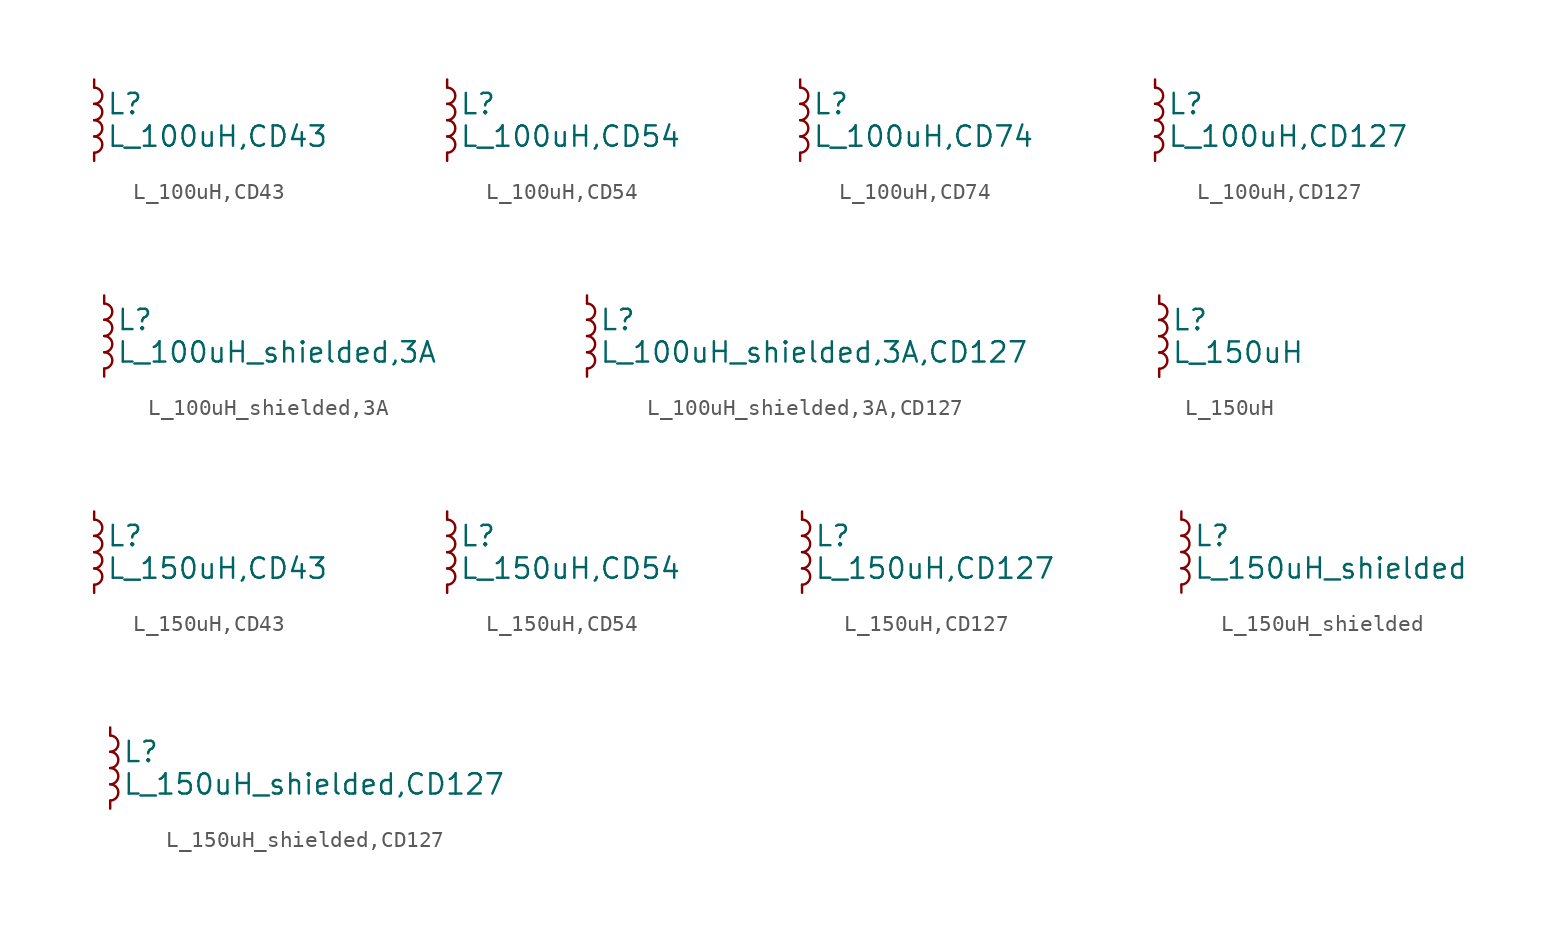
<source format=kicad_sym>
(kicad_symbol_lib
  (version 20211014)
  (generator kicad_symbol_editor)
  (symbol "L_100uH,CD43"
    (pin_numbers hide)
    (pin_names
      (offset 0.254) hide)
    (property "Reference" "L"
      (at 0.762 1.016 0)
      (effects (font (size 1.27 1.27)) (justify left)))
    (property "Value" "L_100uH,CD43"
      (at 0.762 -1.016 0)
      (effects (font (size 1.27 1.27)) (justify left)))
    (symbol "L_100uH,CD43_0_1"
      (arc (start 0 -2.032) (mid 0.508 -1.524) (end 0 -1.016) (stroke (width 0) (type default) (color 0 0 0 0)) (fill (type none)))
      (arc (start 0 -1.016) (mid 0.508 -0.508) (end 0 0) (stroke (width 0) (type default) (color 0 0 0 0)) (fill (type none)))
      (arc (start 0 0) (mid 0.508 0.508) (end 0 1.016) (stroke (width 0) (type default) (color 0 0 0 0)) (fill (type none)))
      (arc (start 0 1.016) (mid 0.508 1.524) (end 0 2.032) (stroke (width 0) (type default) (color 0 0 0 0)) (fill (type none))))
    (symbol "L_100uH,CD43_1_1"
      (pin passive line (at 0 2.54 270) (length 0.508) (name "~" (effects (font (size 1.27 1.27)))) (number "1" (effects (font (size 1.27 1.27)))))
      (pin passive line (at 0 -2.54 90) (length 0.508) (name "~" (effects (font (size 1.27 1.27)))) (number "2" (effects (font (size 1.27 1.27)))))))
  (symbol "L_100uH,CD54"
    (pin_numbers hide)
    (pin_names
      (offset 0.254) hide)
    (property "Reference" "L"
      (at 0.762 1.016 0)
      (effects (font (size 1.27 1.27)) (justify left)))
    (property "Value" "L_100uH,CD54"
      (at 0.762 -1.016 0)
      (effects (font (size 1.27 1.27)) (justify left)))
    (symbol "L_100uH,CD54_0_1"
      (arc (start 0 -2.032) (mid 0.508 -1.524) (end 0 -1.016) (stroke (width 0) (type default) (color 0 0 0 0)) (fill (type none)))
      (arc (start 0 -1.016) (mid 0.508 -0.508) (end 0 0) (stroke (width 0) (type default) (color 0 0 0 0)) (fill (type none)))
      (arc (start 0 0) (mid 0.508 0.508) (end 0 1.016) (stroke (width 0) (type default) (color 0 0 0 0)) (fill (type none)))
      (arc (start 0 1.016) (mid 0.508 1.524) (end 0 2.032) (stroke (width 0) (type default) (color 0 0 0 0)) (fill (type none))))
    (symbol "L_100uH,CD54_1_1"
      (pin passive line (at 0 2.54 270) (length 0.508) (name "~" (effects (font (size 1.27 1.27)))) (number "1" (effects (font (size 1.27 1.27)))))
      (pin passive line (at 0 -2.54 90) (length 0.508) (name "~" (effects (font (size 1.27 1.27)))) (number "2" (effects (font (size 1.27 1.27)))))))
  (symbol "L_100uH,CD74"
    (pin_numbers hide)
    (pin_names
      (offset 0.254) hide)
    (property "Reference" "L"
      (at 0.762 1.016 0)
      (effects (font (size 1.27 1.27)) (justify left)))
    (property "Value" "L_100uH,CD74"
      (at 0.762 -1.016 0)
      (effects (font (size 1.27 1.27)) (justify left)))
    (symbol "L_100uH,CD74_0_1"
      (arc (start 0 -2.032) (mid 0.508 -1.524) (end 0 -1.016) (stroke (width 0) (type default) (color 0 0 0 0)) (fill (type none)))
      (arc (start 0 -1.016) (mid 0.508 -0.508) (end 0 0) (stroke (width 0) (type default) (color 0 0 0 0)) (fill (type none)))
      (arc (start 0 0) (mid 0.508 0.508) (end 0 1.016) (stroke (width 0) (type default) (color 0 0 0 0)) (fill (type none)))
      (arc (start 0 1.016) (mid 0.508 1.524) (end 0 2.032) (stroke (width 0) (type default) (color 0 0 0 0)) (fill (type none))))
    (symbol "L_100uH,CD74_1_1"
      (pin passive line (at 0 2.54 270) (length 0.508) (name "~" (effects (font (size 1.27 1.27)))) (number "1" (effects (font (size 1.27 1.27)))))
      (pin passive line (at 0 -2.54 90) (length 0.508) (name "~" (effects (font (size 1.27 1.27)))) (number "2" (effects (font (size 1.27 1.27)))))))
  (symbol "L_100uH,CD127"
    (pin_numbers hide)
    (pin_names
      (offset 0.254) hide)
    (property "Reference" "L"
      (at 0.762 1.016 0)
      (effects (font (size 1.27 1.27)) (justify left)))
    (property "Value" "L_100uH,CD127"
      (at 0.762 -1.016 0)
      (effects (font (size 1.27 1.27)) (justify left)))
    (symbol "L_100uH,CD127_0_1"
      (arc (start 0 -2.032) (mid 0.508 -1.524) (end 0 -1.016) (stroke (width 0) (type default) (color 0 0 0 0)) (fill (type none)))
      (arc (start 0 -1.016) (mid 0.508 -0.508) (end 0 0) (stroke (width 0) (type default) (color 0 0 0 0)) (fill (type none)))
      (arc (start 0 0) (mid 0.508 0.508) (end 0 1.016) (stroke (width 0) (type default) (color 0 0 0 0)) (fill (type none)))
      (arc (start 0 1.016) (mid 0.508 1.524) (end 0 2.032) (stroke (width 0) (type default) (color 0 0 0 0)) (fill (type none))))
    (symbol "L_100uH,CD127_1_1"
      (pin passive line (at 0 2.54 270) (length 0.508) (name "~" (effects (font (size 1.27 1.27)))) (number "1" (effects (font (size 1.27 1.27)))))
      (pin passive line (at 0 -2.54 90) (length 0.508) (name "~" (effects (font (size 1.27 1.27)))) (number "2" (effects (font (size 1.27 1.27)))))))
  (symbol "L_100uH_shielded,3A"
    (pin_numbers hide)
    (pin_names
      (offset 0.254) hide)
    (property "Reference" "L"
      (at 0.762 1.016 0)
      (effects (font (size 1.27 1.27)) (justify left)))
    (property "Value" "L_100uH_shielded,3A"
      (at 0.762 -1.016 0)
      (effects (font (size 1.27 1.27)) (justify left)))
    (symbol "L_100uH_shielded,3A_0_1"
      (arc (start 0 -2.032) (mid 0.508 -1.524) (end 0 -1.016) (stroke (width 0) (type default) (color 0 0 0 0)) (fill (type none)))
      (arc (start 0 -1.016) (mid 0.508 -0.508) (end 0 0) (stroke (width 0) (type default) (color 0 0 0 0)) (fill (type none)))
      (arc (start 0 0) (mid 0.508 0.508) (end 0 1.016) (stroke (width 0) (type default) (color 0 0 0 0)) (fill (type none)))
      (arc (start 0 1.016) (mid 0.508 1.524) (end 0 2.032) (stroke (width 0) (type default) (color 0 0 0 0)) (fill (type none))))
    (symbol "L_100uH_shielded,3A_1_1"
      (pin passive line (at 0 2.54 270) (length 0.508) (name "~" (effects (font (size 1.27 1.27)))) (number "1" (effects (font (size 1.27 1.27)))))
      (pin passive line (at 0 -2.54 90) (length 0.508) (name "~" (effects (font (size 1.27 1.27)))) (number "2" (effects (font (size 1.27 1.27)))))))
  (symbol "L_100uH_shielded,3A,CD127"
    (pin_numbers hide)
    (pin_names
      (offset 0.254) hide)
    (property "Reference" "L"
      (at 0.762 1.016 0)
      (effects (font (size 1.27 1.27)) (justify left)))
    (property "Value" "L_100uH_shielded,3A,CD127"
      (at 0.762 -1.016 0)
      (effects (font (size 1.27 1.27)) (justify left)))
    (symbol "L_100uH_shielded,3A,CD127_0_1"
      (arc (start 0 -2.032) (mid 0.508 -1.524) (end 0 -1.016) (stroke (width 0) (type default) (color 0 0 0 0)) (fill (type none)))
      (arc (start 0 -1.016) (mid 0.508 -0.508) (end 0 0) (stroke (width 0) (type default) (color 0 0 0 0)) (fill (type none)))
      (arc (start 0 0) (mid 0.508 0.508) (end 0 1.016) (stroke (width 0) (type default) (color 0 0 0 0)) (fill (type none)))
      (arc (start 0 1.016) (mid 0.508 1.524) (end 0 2.032) (stroke (width 0) (type default) (color 0 0 0 0)) (fill (type none))))
    (symbol "L_100uH_shielded,3A,CD127_1_1"
      (pin passive line (at 0 2.54 270) (length 0.508) (name "~" (effects (font (size 1.27 1.27)))) (number "1" (effects (font (size 1.27 1.27)))))
      (pin passive line (at 0 -2.54 90) (length 0.508) (name "~" (effects (font (size 1.27 1.27)))) (number "2" (effects (font (size 1.27 1.27)))))))
  (symbol "L_150uH"
    (pin_numbers hide)
    (pin_names
      (offset 0.254) hide)
    (property "Reference" "L"
      (at 0.762 1.016 0)
      (effects (font (size 1.27 1.27)) (justify left)))
    (property "Value" "L_150uH"
      (at 0.762 -1.016 0)
      (effects (font (size 1.27 1.27)) (justify left)))
    (symbol "L_150uH_0_1"
      (arc (start 0 -2.032) (mid 0.508 -1.524) (end 0 -1.016) (stroke (width 0) (type default) (color 0 0 0 0)) (fill (type none)))
      (arc (start 0 -1.016) (mid 0.508 -0.508) (end 0 0) (stroke (width 0) (type default) (color 0 0 0 0)) (fill (type none)))
      (arc (start 0 0) (mid 0.508 0.508) (end 0 1.016) (stroke (width 0) (type default) (color 0 0 0 0)) (fill (type none)))
      (arc (start 0 1.016) (mid 0.508 1.524) (end 0 2.032) (stroke (width 0) (type default) (color 0 0 0 0)) (fill (type none))))
    (symbol "L_150uH_1_1"
      (pin passive line (at 0 2.54 270) (length 0.508) (name "~" (effects (font (size 1.27 1.27)))) (number "1" (effects (font (size 1.27 1.27)))))
      (pin passive line (at 0 -2.54 90) (length 0.508) (name "~" (effects (font (size 1.27 1.27)))) (number "2" (effects (font (size 1.27 1.27)))))))
  (symbol "L_150uH,CD43"
    (pin_numbers hide)
    (pin_names
      (offset 0.254) hide)
    (property "Reference" "L"
      (at 0.762 1.016 0)
      (effects (font (size 1.27 1.27)) (justify left)))
    (property "Value" "L_150uH,CD43"
      (at 0.762 -1.016 0)
      (effects (font (size 1.27 1.27)) (justify left)))
    (symbol "L_150uH,CD43_0_1"
      (arc (start 0 -2.032) (mid 0.508 -1.524) (end 0 -1.016) (stroke (width 0) (type default) (color 0 0 0 0)) (fill (type none)))
      (arc (start 0 -1.016) (mid 0.508 -0.508) (end 0 0) (stroke (width 0) (type default) (color 0 0 0 0)) (fill (type none)))
      (arc (start 0 0) (mid 0.508 0.508) (end 0 1.016) (stroke (width 0) (type default) (color 0 0 0 0)) (fill (type none)))
      (arc (start 0 1.016) (mid 0.508 1.524) (end 0 2.032) (stroke (width 0) (type default) (color 0 0 0 0)) (fill (type none))))
    (symbol "L_150uH,CD43_1_1"
      (pin passive line (at 0 2.54 270) (length 0.508) (name "~" (effects (font (size 1.27 1.27)))) (number "1" (effects (font (size 1.27 1.27)))))
      (pin passive line (at 0 -2.54 90) (length 0.508) (name "~" (effects (font (size 1.27 1.27)))) (number "2" (effects (font (size 1.27 1.27)))))))
  (symbol "L_150uH,CD54"
    (pin_numbers hide)
    (pin_names
      (offset 0.254) hide)
    (property "Reference" "L"
      (at 0.762 1.016 0)
      (effects (font (size 1.27 1.27)) (justify left)))
    (property "Value" "L_150uH,CD54"
      (at 0.762 -1.016 0)
      (effects (font (size 1.27 1.27)) (justify left)))
    (symbol "L_150uH,CD54_0_1"
      (arc (start 0 -2.032) (mid 0.508 -1.524) (end 0 -1.016) (stroke (width 0) (type default) (color 0 0 0 0)) (fill (type none)))
      (arc (start 0 -1.016) (mid 0.508 -0.508) (end 0 0) (stroke (width 0) (type default) (color 0 0 0 0)) (fill (type none)))
      (arc (start 0 0) (mid 0.508 0.508) (end 0 1.016) (stroke (width 0) (type default) (color 0 0 0 0)) (fill (type none)))
      (arc (start 0 1.016) (mid 0.508 1.524) (end 0 2.032) (stroke (width 0) (type default) (color 0 0 0 0)) (fill (type none))))
    (symbol "L_150uH,CD54_1_1"
      (pin passive line (at 0 2.54 270) (length 0.508) (name "~" (effects (font (size 1.27 1.27)))) (number "1" (effects (font (size 1.27 1.27)))))
      (pin passive line (at 0 -2.54 90) (length 0.508) (name "~" (effects (font (size 1.27 1.27)))) (number "2" (effects (font (size 1.27 1.27)))))))
  (symbol "L_150uH,CD127"
    (pin_numbers hide)
    (pin_names
      (offset 0.254) hide)
    (property "Reference" "L"
      (at 0.762 1.016 0)
      (effects (font (size 1.27 1.27)) (justify left)))
    (property "Value" "L_150uH,CD127"
      (at 0.762 -1.016 0)
      (effects (font (size 1.27 1.27)) (justify left)))
    (symbol "L_150uH,CD127_0_1"
      (arc (start 0 -2.032) (mid 0.508 -1.524) (end 0 -1.016) (stroke (width 0) (type default) (color 0 0 0 0)) (fill (type none)))
      (arc (start 0 -1.016) (mid 0.508 -0.508) (end 0 0) (stroke (width 0) (type default) (color 0 0 0 0)) (fill (type none)))
      (arc (start 0 0) (mid 0.508 0.508) (end 0 1.016) (stroke (width 0) (type default) (color 0 0 0 0)) (fill (type none)))
      (arc (start 0 1.016) (mid 0.508 1.524) (end 0 2.032) (stroke (width 0) (type default) (color 0 0 0 0)) (fill (type none))))
    (symbol "L_150uH,CD127_1_1"
      (pin passive line (at 0 2.54 270) (length 0.508) (name "~" (effects (font (size 1.27 1.27)))) (number "1" (effects (font (size 1.27 1.27)))))
      (pin passive line (at 0 -2.54 90) (length 0.508) (name "~" (effects (font (size 1.27 1.27)))) (number "2" (effects (font (size 1.27 1.27)))))))
  (symbol "L_150uH_shielded"
    (pin_numbers hide)
    (pin_names
      (offset 0.254) hide)
    (property "Reference" "L"
      (at 0.762 1.016 0)
      (effects (font (size 1.27 1.27)) (justify left)))
    (property "Value" "L_150uH_shielded"
      (at 0.762 -1.016 0)
      (effects (font (size 1.27 1.27)) (justify left)))
    (symbol "L_150uH_shielded_0_1"
      (arc (start 0 -2.032) (mid 0.508 -1.524) (end 0 -1.016) (stroke (width 0) (type default) (color 0 0 0 0)) (fill (type none)))
      (arc (start 0 -1.016) (mid 0.508 -0.508) (end 0 0) (stroke (width 0) (type default) (color 0 0 0 0)) (fill (type none)))
      (arc (start 0 0) (mid 0.508 0.508) (end 0 1.016) (stroke (width 0) (type default) (color 0 0 0 0)) (fill (type none)))
      (arc (start 0 1.016) (mid 0.508 1.524) (end 0 2.032) (stroke (width 0) (type default) (color 0 0 0 0)) (fill (type none))))
    (symbol "L_150uH_shielded_1_1"
      (pin passive line (at 0 2.54 270) (length 0.508) (name "~" (effects (font (size 1.27 1.27)))) (number "1" (effects (font (size 1.27 1.27)))))
      (pin passive line (at 0 -2.54 90) (length 0.508) (name "~" (effects (font (size 1.27 1.27)))) (number "2" (effects (font (size 1.27 1.27)))))))
  (symbol "L_150uH_shielded,CD127"
    (pin_numbers hide)
    (pin_names
      (offset 0.254) hide)
    (property "Reference" "L"
      (at 0.762 1.016 0)
      (effects (font (size 1.27 1.27)) (justify left)))
    (property "Value" "L_150uH_shielded,CD127"
      (at 0.762 -1.016 0)
      (effects (font (size 1.27 1.27)) (justify left)))
    (symbol "L_150uH_shielded,CD127_0_1"
      (arc (start 0 -2.032) (mid 0.508 -1.524) (end 0 -1.016) (stroke (width 0) (type default) (color 0 0 0 0)) (fill (type none)))
      (arc (start 0 -1.016) (mid 0.508 -0.508) (end 0 0) (stroke (width 0) (type default) (color 0 0 0 0)) (fill (type none)))
      (arc (start 0 0) (mid 0.508 0.508) (end 0 1.016) (stroke (width 0) (type default) (color 0 0 0 0)) (fill (type none)))
      (arc (start 0 1.016) (mid 0.508 1.524) (end 0 2.032) (stroke (width 0) (type default) (color 0 0 0 0)) (fill (type none))))
    (symbol "L_150uH_shielded,CD127_1_1"
      (pin passive line (at 0 2.54 270) (length 0.508) (name "~" (effects (font (size 1.27 1.27)))) (number "1" (effects (font (size 1.27 1.27)))))
      (pin passive line (at 0 -2.54 90) (length 0.508) (name "~" (effects (font (size 1.27 1.27)))) (number "2" (effects (font (size 1.27 1.27))))))))
</source>
